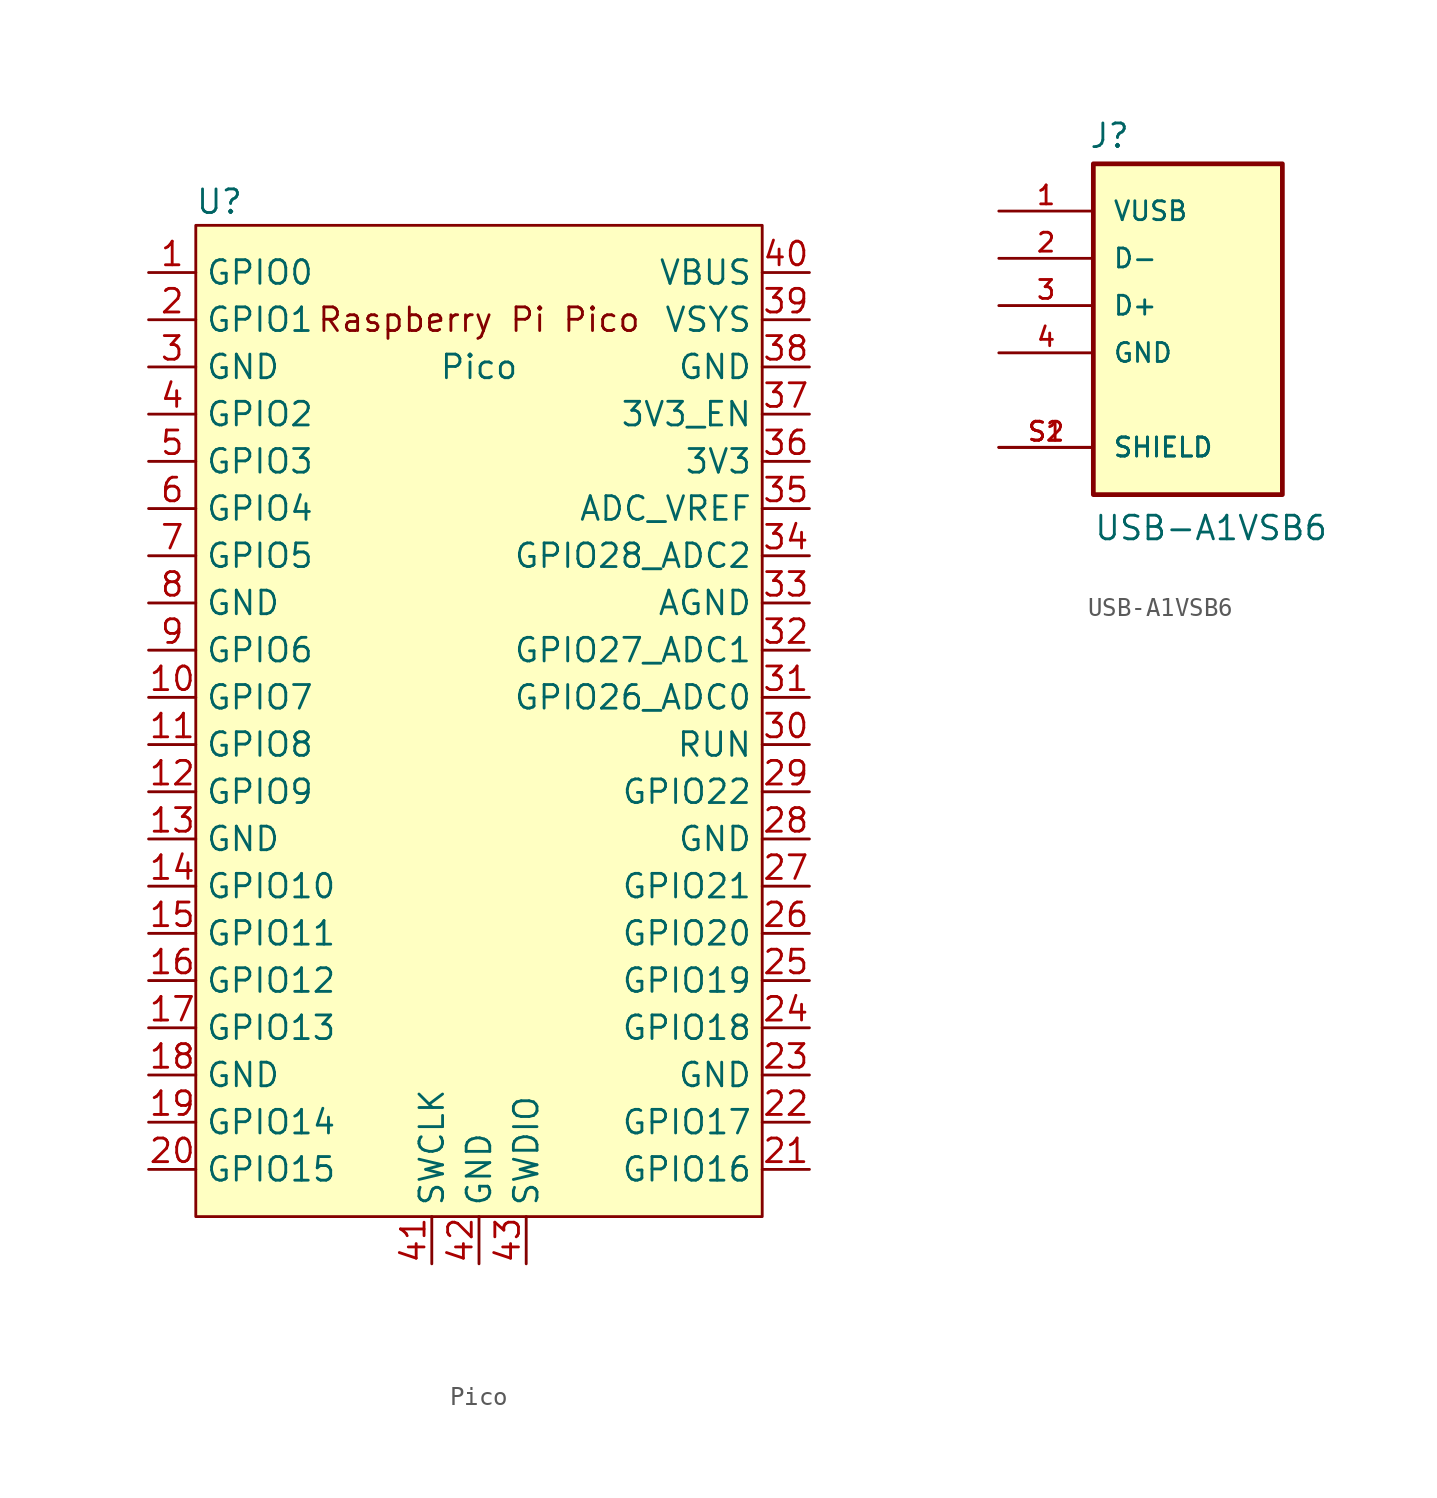
<source format=kicad_sym>
(kicad_symbol_lib
  (version 20220914)
  (generator kicad_symbol_editor)
  (symbol "Pico"
    (property "Reference" "U"
      (at -13.97 27.94 0)
      (effects (font (size 1.27 1.27))))
    (property "Value" "Pico"
      (at 0 19.05 0)
      (effects (font (size 1.27 1.27))))
    (symbol "Pico_0_0"
      (text "Raspberry Pi Pico" (at 0 21.59 0) (effects (font (size 1.27 1.27)))))
    (symbol "Pico_0_1"
      (rectangle (start -15.24 26.67) (end 15.24 -26.67) (stroke (width 0) (type default)) (fill (type background))))
    (symbol "Pico_1_1"
      (pin bidirectional line (at -17.78 24.13 0) (length 2.54) (name "GPIO0" (effects (font (size 1.27 1.27)))) (number "1" (effects (font (size 1.27 1.27)))))
      (pin bidirectional line (at -17.78 1.27 0) (length 2.54) (name "GPIO7" (effects (font (size 1.27 1.27)))) (number "10" (effects (font (size 1.27 1.27)))))
      (pin bidirectional line (at -17.78 -1.27 0) (length 2.54) (name "GPIO8" (effects (font (size 1.27 1.27)))) (number "11" (effects (font (size 1.27 1.27)))))
      (pin bidirectional line (at -17.78 -3.81 0) (length 2.54) (name "GPIO9" (effects (font (size 1.27 1.27)))) (number "12" (effects (font (size 1.27 1.27)))))
      (pin power_in line (at -17.78 -6.35 0) (length 2.54) (name "GND" (effects (font (size 1.27 1.27)))) (number "13" (effects (font (size 1.27 1.27)))))
      (pin bidirectional line (at -17.78 -8.89 0) (length 2.54) (name "GPIO10" (effects (font (size 1.27 1.27)))) (number "14" (effects (font (size 1.27 1.27)))))
      (pin bidirectional line (at -17.78 -11.43 0) (length 2.54) (name "GPIO11" (effects (font (size 1.27 1.27)))) (number "15" (effects (font (size 1.27 1.27)))))
      (pin bidirectional line (at -17.78 -13.97 0) (length 2.54) (name "GPIO12" (effects (font (size 1.27 1.27)))) (number "16" (effects (font (size 1.27 1.27)))))
      (pin bidirectional line (at -17.78 -16.51 0) (length 2.54) (name "GPIO13" (effects (font (size 1.27 1.27)))) (number "17" (effects (font (size 1.27 1.27)))))
      (pin power_in line (at -17.78 -19.05 0) (length 2.54) (name "GND" (effects (font (size 1.27 1.27)))) (number "18" (effects (font (size 1.27 1.27)))))
      (pin bidirectional line (at -17.78 -21.59 0) (length 2.54) (name "GPIO14" (effects (font (size 1.27 1.27)))) (number "19" (effects (font (size 1.27 1.27)))))
      (pin bidirectional line (at -17.78 21.59 0) (length 2.54) (name "GPIO1" (effects (font (size 1.27 1.27)))) (number "2" (effects (font (size 1.27 1.27)))))
      (pin bidirectional line (at -17.78 -24.13 0) (length 2.54) (name "GPIO15" (effects (font (size 1.27 1.27)))) (number "20" (effects (font (size 1.27 1.27)))))
      (pin bidirectional line (at 17.78 -24.13 180) (length 2.54) (name "GPIO16" (effects (font (size 1.27 1.27)))) (number "21" (effects (font (size 1.27 1.27)))))
      (pin bidirectional line (at 17.78 -21.59 180) (length 2.54) (name "GPIO17" (effects (font (size 1.27 1.27)))) (number "22" (effects (font (size 1.27 1.27)))))
      (pin power_in line (at 17.78 -19.05 180) (length 2.54) (name "GND" (effects (font (size 1.27 1.27)))) (number "23" (effects (font (size 1.27 1.27)))))
      (pin bidirectional line (at 17.78 -16.51 180) (length 2.54) (name "GPIO18" (effects (font (size 1.27 1.27)))) (number "24" (effects (font (size 1.27 1.27)))))
      (pin bidirectional line (at 17.78 -13.97 180) (length 2.54) (name "GPIO19" (effects (font (size 1.27 1.27)))) (number "25" (effects (font (size 1.27 1.27)))))
      (pin bidirectional line (at 17.78 -11.43 180) (length 2.54) (name "GPIO20" (effects (font (size 1.27 1.27)))) (number "26" (effects (font (size 1.27 1.27)))))
      (pin bidirectional line (at 17.78 -8.89 180) (length 2.54) (name "GPIO21" (effects (font (size 1.27 1.27)))) (number "27" (effects (font (size 1.27 1.27)))))
      (pin power_in line (at 17.78 -6.35 180) (length 2.54) (name "GND" (effects (font (size 1.27 1.27)))) (number "28" (effects (font (size 1.27 1.27)))))
      (pin bidirectional line (at 17.78 -3.81 180) (length 2.54) (name "GPIO22" (effects (font (size 1.27 1.27)))) (number "29" (effects (font (size 1.27 1.27)))))
      (pin power_in line (at -17.78 19.05 0) (length 2.54) (name "GND" (effects (font (size 1.27 1.27)))) (number "3" (effects (font (size 1.27 1.27)))))
      (pin input line (at 17.78 -1.27 180) (length 2.54) (name "RUN" (effects (font (size 1.27 1.27)))) (number "30" (effects (font (size 1.27 1.27)))))
      (pin bidirectional line (at 17.78 1.27 180) (length 2.54) (name "GPIO26_ADC0" (effects (font (size 1.27 1.27)))) (number "31" (effects (font (size 1.27 1.27)))))
      (pin bidirectional line (at 17.78 3.81 180) (length 2.54) (name "GPIO27_ADC1" (effects (font (size 1.27 1.27)))) (number "32" (effects (font (size 1.27 1.27)))))
      (pin power_in line (at 17.78 6.35 180) (length 2.54) (name "AGND" (effects (font (size 1.27 1.27)))) (number "33" (effects (font (size 1.27 1.27)))))
      (pin bidirectional line (at 17.78 8.89 180) (length 2.54) (name "GPIO28_ADC2" (effects (font (size 1.27 1.27)))) (number "34" (effects (font (size 1.27 1.27)))))
      (pin passive line (at 17.78 11.43 180) (length 2.54) (name "ADC_VREF" (effects (font (size 1.27 1.27)))) (number "35" (effects (font (size 1.27 1.27)))))
      (pin power_out line (at 17.78 13.97 180) (length 2.54) (name "3V3" (effects (font (size 1.27 1.27)))) (number "36" (effects (font (size 1.27 1.27)))))
      (pin input line (at 17.78 16.51 180) (length 2.54) (name "3V3_EN" (effects (font (size 1.27 1.27)))) (number "37" (effects (font (size 1.27 1.27)))))
      (pin power_in line (at 17.78 19.05 180) (length 2.54) (name "GND" (effects (font (size 1.27 1.27)))) (number "38" (effects (font (size 1.27 1.27)))))
      (pin power_in line (at 17.78 21.59 180) (length 2.54) (name "VSYS" (effects (font (size 1.27 1.27)))) (number "39" (effects (font (size 1.27 1.27)))))
      (pin bidirectional line (at -17.78 16.51 0) (length 2.54) (name "GPIO2" (effects (font (size 1.27 1.27)))) (number "4" (effects (font (size 1.27 1.27)))))
      (pin passive line (at 17.78 24.13 180) (length 2.54) (name "VBUS" (effects (font (size 1.27 1.27)))) (number "40" (effects (font (size 1.27 1.27)))))
      (pin input line (at -2.54 -29.21 90) (length 2.54) (name "SWCLK" (effects (font (size 1.27 1.27)))) (number "41" (effects (font (size 1.27 1.27)))))
      (pin passive line (at 0 -29.21 90) (length 2.54) (name "GND" (effects (font (size 1.27 1.27)))) (number "42" (effects (font (size 1.27 1.27)))))
      (pin bidirectional line (at 2.54 -29.21 90) (length 2.54) (name "SWDIO" (effects (font (size 1.27 1.27)))) (number "43" (effects (font (size 1.27 1.27)))))
      (pin bidirectional line (at -17.78 13.97 0) (length 2.54) (name "GPIO3" (effects (font (size 1.27 1.27)))) (number "5" (effects (font (size 1.27 1.27)))))
      (pin bidirectional line (at -17.78 11.43 0) (length 2.54) (name "GPIO4" (effects (font (size 1.27 1.27)))) (number "6" (effects (font (size 1.27 1.27)))))
      (pin bidirectional line (at -17.78 8.89 0) (length 2.54) (name "GPIO5" (effects (font (size 1.27 1.27)))) (number "7" (effects (font (size 1.27 1.27)))))
      (pin power_in line (at -17.78 6.35 0) (length 2.54) (name "GND" (effects (font (size 1.27 1.27)))) (number "8" (effects (font (size 1.27 1.27)))))
      (pin bidirectional line (at -17.78 3.81 0) (length 2.54) (name "GPIO6" (effects (font (size 1.27 1.27)))) (number "9" (effects (font (size 1.27 1.27)))))))
  (symbol "USB-A1VSB6"
    (pin_names
      (offset 1.016))
    (property "Reference" "J"
      (at -5.334 8.382 0)
      (effects (font (size 1.27 1.27)) (justify left bottom)))
    (property "Value" "USB-A1VSB6"
      (at -5.08 -12.7 0)
      (effects (font (size 1.27 1.27)) (justify left bottom)))
    (symbol "USB-A1VSB6_0_0"
      (rectangle (start -5.08 -10.16) (end 5.08 7.62) (stroke (width 0.254) (type default)) (fill (type background)))
      (pin passive line (at -10.16 5.08 0) (length 5.08) (name "VUSB" (effects (font (size 1.016 1.016)))) (number "1" (effects (font (size 1.016 1.016)))))
      (pin passive line (at -10.16 2.54 0) (length 5.08) (name "D-" (effects (font (size 1.016 1.016)))) (number "2" (effects (font (size 1.016 1.016)))))
      (pin passive line (at -10.16 0 0) (length 5.08) (name "D+" (effects (font (size 1.016 1.016)))) (number "3" (effects (font (size 1.016 1.016)))))
      (pin passive line (at -10.16 -2.54 0) (length 5.08) (name "GND" (effects (font (size 1.016 1.016)))) (number "4" (effects (font (size 1.016 1.016)))))
      (pin passive line (at -10.16 -7.62 0) (length 5.08) (name "SHIELD" (effects (font (size 1.016 1.016)))) (number "S1" (effects (font (size 1.016 1.016)))))
      (pin passive line (at -10.16 -7.62 0) (length 5.08) (name "SHIELD" (effects (font (size 1.016 1.016)))) (number "S2" (effects (font (size 1.016 1.016))))))))
</source>
